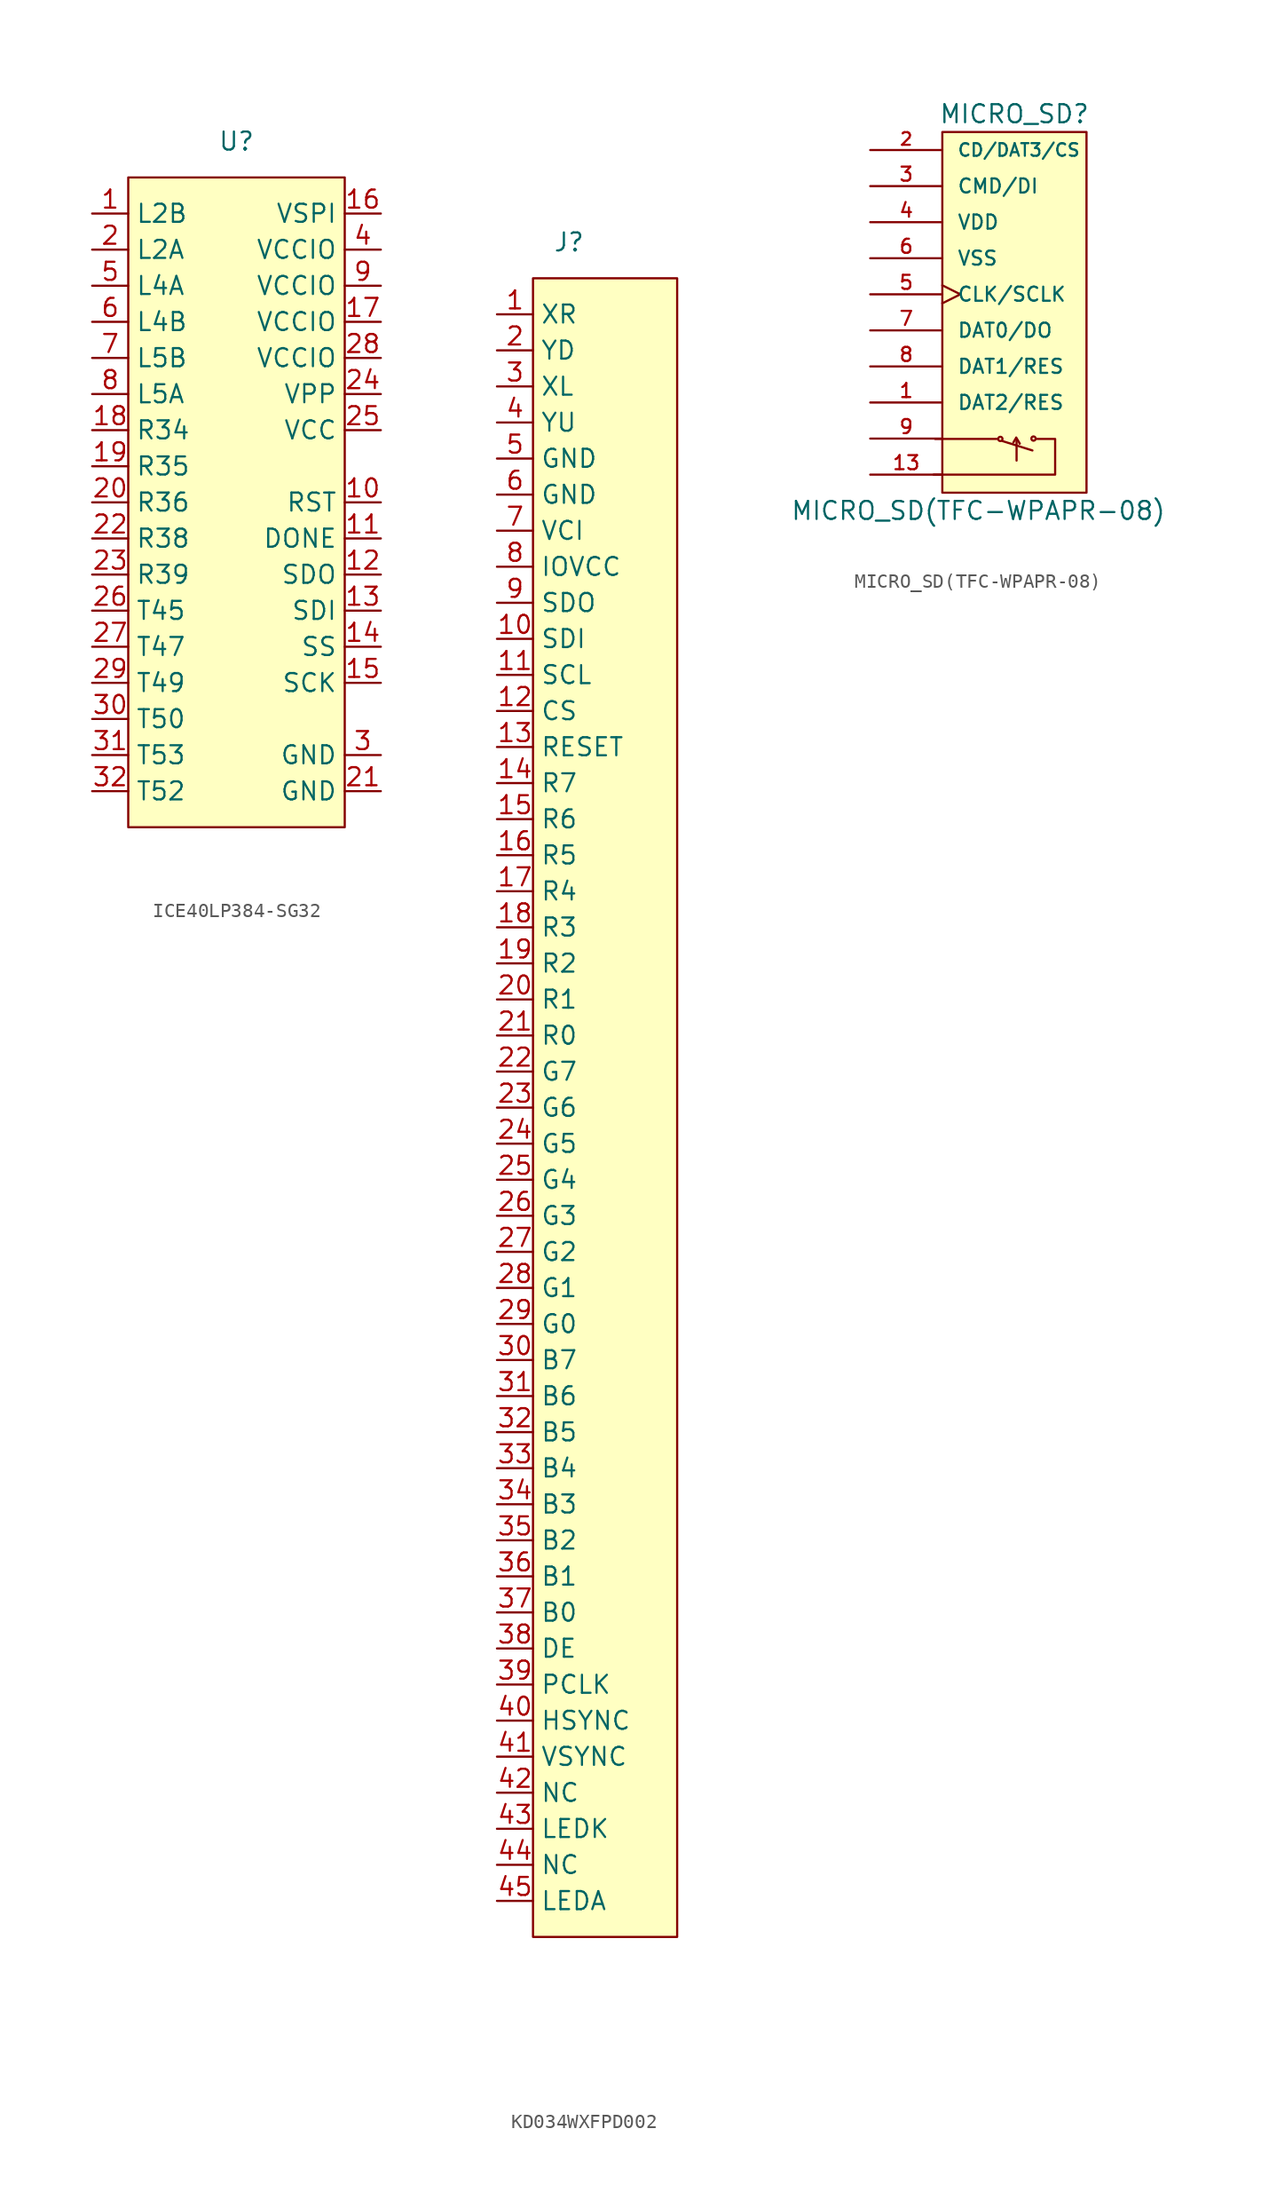
<source format=kicad_sym>
(kicad_symbol_lib
  (version 20231120)
  (generator "kicad_symbol_editor")
  (generator_version "8.0")
  (symbol "ICE40LP384-SG32"
    (property "Reference" "U"
      (at 0 0 0)
      (effects (font (size 1.27 1.27))))
    (property "Value" ""
      (at 0 0 0)
      (effects (font (size 1.27 1.27))))
    (symbol "ICE40LP384-SG32_1_1"
      (rectangle (start -7.62 -2.54) (end 7.62 -48.26) (stroke (width 0) (type default)) (fill (type background)))
      (pin input line (at -10.16 -5.08 0) (length 2.54) (name "L2B" (effects (font (size 1.27 1.27)))) (number "1" (effects (font (size 1.27 1.27)))))
      (pin input line (at 10.16 -25.4 180) (length 2.54) (name "RST" (effects (font (size 1.27 1.27)))) (number "10" (effects (font (size 1.27 1.27)))))
      (pin input line (at 10.16 -27.94 180) (length 2.54) (name "DONE" (effects (font (size 1.27 1.27)))) (number "11" (effects (font (size 1.27 1.27)))))
      (pin input line (at 10.16 -30.48 180) (length 2.54) (name "SDO" (effects (font (size 1.27 1.27)))) (number "12" (effects (font (size 1.27 1.27)))))
      (pin input line (at 10.16 -33.02 180) (length 2.54) (name "SDI" (effects (font (size 1.27 1.27)))) (number "13" (effects (font (size 1.27 1.27)))))
      (pin input line (at 10.16 -35.56 180) (length 2.54) (name "SS" (effects (font (size 1.27 1.27)))) (number "14" (effects (font (size 1.27 1.27)))))
      (pin input line (at 10.16 -38.1 180) (length 2.54) (name "SCK" (effects (font (size 1.27 1.27)))) (number "15" (effects (font (size 1.27 1.27)))))
      (pin input line (at 10.16 -5.08 180) (length 2.54) (name "VSPI" (effects (font (size 1.27 1.27)))) (number "16" (effects (font (size 1.27 1.27)))))
      (pin input line (at 10.16 -12.7 180) (length 2.54) (name "VCCIO" (effects (font (size 1.27 1.27)))) (number "17" (effects (font (size 1.27 1.27)))))
      (pin input line (at -10.16 -20.32 0) (length 2.54) (name "R34" (effects (font (size 1.27 1.27)))) (number "18" (effects (font (size 1.27 1.27)))))
      (pin input line (at -10.16 -22.86 0) (length 2.54) (name "R35" (effects (font (size 1.27 1.27)))) (number "19" (effects (font (size 1.27 1.27)))))
      (pin input line (at -10.16 -7.62 0) (length 2.54) (name "L2A" (effects (font (size 1.27 1.27)))) (number "2" (effects (font (size 1.27 1.27)))))
      (pin input line (at -10.16 -25.4 0) (length 2.54) (name "R36" (effects (font (size 1.27 1.27)))) (number "20" (effects (font (size 1.27 1.27)))))
      (pin input line (at 10.16 -45.72 180) (length 2.54) (name "GND" (effects (font (size 1.27 1.27)))) (number "21" (effects (font (size 1.27 1.27)))))
      (pin input line (at -10.16 -27.94 0) (length 2.54) (name "R38" (effects (font (size 1.27 1.27)))) (number "22" (effects (font (size 1.27 1.27)))))
      (pin input line (at -10.16 -30.48 0) (length 2.54) (name "R39" (effects (font (size 1.27 1.27)))) (number "23" (effects (font (size 1.27 1.27)))))
      (pin input line (at 10.16 -17.78 180) (length 2.54) (name "VPP" (effects (font (size 1.27 1.27)))) (number "24" (effects (font (size 1.27 1.27)))))
      (pin input line (at 10.16 -20.32 180) (length 2.54) (name "VCC" (effects (font (size 1.27 1.27)))) (number "25" (effects (font (size 1.27 1.27)))))
      (pin input line (at -10.16 -33.02 0) (length 2.54) (name "T45" (effects (font (size 1.27 1.27)))) (number "26" (effects (font (size 1.27 1.27)))))
      (pin input line (at -10.16 -35.56 0) (length 2.54) (name "T47" (effects (font (size 1.27 1.27)))) (number "27" (effects (font (size 1.27 1.27)))))
      (pin input line (at 10.16 -15.24 180) (length 2.54) (name "VCCIO" (effects (font (size 1.27 1.27)))) (number "28" (effects (font (size 1.27 1.27)))))
      (pin input line (at -10.16 -38.1 0) (length 2.54) (name "T49" (effects (font (size 1.27 1.27)))) (number "29" (effects (font (size 1.27 1.27)))))
      (pin input line (at 10.16 -43.18 180) (length 2.54) (name "GND" (effects (font (size 1.27 1.27)))) (number "3" (effects (font (size 1.27 1.27)))))
      (pin input line (at -10.16 -40.64 0) (length 2.54) (name "T50" (effects (font (size 1.27 1.27)))) (number "30" (effects (font (size 1.27 1.27)))))
      (pin input line (at -10.16 -43.18 0) (length 2.54) (name "T53" (effects (font (size 1.27 1.27)))) (number "31" (effects (font (size 1.27 1.27)))))
      (pin input line (at -10.16 -45.72 0) (length 2.54) (name "T52" (effects (font (size 1.27 1.27)))) (number "32" (effects (font (size 1.27 1.27)))))
      (pin input line (at 10.16 -7.62 180) (length 2.54) (name "VCCIO" (effects (font (size 1.27 1.27)))) (number "4" (effects (font (size 1.27 1.27)))))
      (pin input line (at -10.16 -10.16 0) (length 2.54) (name "L4A" (effects (font (size 1.27 1.27)))) (number "5" (effects (font (size 1.27 1.27)))))
      (pin input line (at -10.16 -12.7 0) (length 2.54) (name "L4B" (effects (font (size 1.27 1.27)))) (number "6" (effects (font (size 1.27 1.27)))))
      (pin input line (at -10.16 -15.24 0) (length 2.54) (name "L5B" (effects (font (size 1.27 1.27)))) (number "7" (effects (font (size 1.27 1.27)))))
      (pin input line (at -10.16 -17.78 0) (length 2.54) (name "L5A" (effects (font (size 1.27 1.27)))) (number "8" (effects (font (size 1.27 1.27)))))
      (pin input line (at 10.16 -10.16 180) (length 2.54) (name "VCCIO" (effects (font (size 1.27 1.27)))) (number "9" (effects (font (size 1.27 1.27)))))))
  (symbol "KD034WXFPD002"
    (property "Reference" "J"
      (at 2.54 2.54 0)
      (effects (font (size 1.27 1.27))))
    (property "Value" ""
      (at 2.54 2.54 0)
      (effects (font (size 1.27 1.27))))
    (symbol "KD034WXFPD002_1_1"
      (rectangle (start 0 0) (end 10.16 -116.84) (stroke (width 0) (type default)) (fill (type background)))
      (pin input line (at -2.54 -2.54 0) (length 2.54) (name "XR" (effects (font (size 1.27 1.27)))) (number "1" (effects (font (size 1.27 1.27)))))
      (pin input line (at -2.54 -25.4 0) (length 2.54) (name "SDI" (effects (font (size 1.27 1.27)))) (number "10" (effects (font (size 1.27 1.27)))))
      (pin input line (at -2.54 -27.94 0) (length 2.54) (name "SCL" (effects (font (size 1.27 1.27)))) (number "11" (effects (font (size 1.27 1.27)))))
      (pin input line (at -2.54 -30.48 0) (length 2.54) (name "CS" (effects (font (size 1.27 1.27)))) (number "12" (effects (font (size 1.27 1.27)))))
      (pin input line (at -2.54 -33.02 0) (length 2.54) (name "RESET" (effects (font (size 1.27 1.27)))) (number "13" (effects (font (size 1.27 1.27)))))
      (pin input line (at -2.54 -35.56 0) (length 2.54) (name "R7" (effects (font (size 1.27 1.27)))) (number "14" (effects (font (size 1.27 1.27)))))
      (pin input line (at -2.54 -38.1 0) (length 2.54) (name "R6" (effects (font (size 1.27 1.27)))) (number "15" (effects (font (size 1.27 1.27)))))
      (pin input line (at -2.54 -40.64 0) (length 2.54) (name "R5" (effects (font (size 1.27 1.27)))) (number "16" (effects (font (size 1.27 1.27)))))
      (pin input line (at -2.54 -43.18 0) (length 2.54) (name "R4" (effects (font (size 1.27 1.27)))) (number "17" (effects (font (size 1.27 1.27)))))
      (pin input line (at -2.54 -45.72 0) (length 2.54) (name "R3" (effects (font (size 1.27 1.27)))) (number "18" (effects (font (size 1.27 1.27)))))
      (pin input line (at -2.54 -48.26 0) (length 2.54) (name "R2" (effects (font (size 1.27 1.27)))) (number "19" (effects (font (size 1.27 1.27)))))
      (pin input line (at -2.54 -5.08 0) (length 2.54) (name "YD" (effects (font (size 1.27 1.27)))) (number "2" (effects (font (size 1.27 1.27)))))
      (pin input line (at -2.54 -50.8 0) (length 2.54) (name "R1" (effects (font (size 1.27 1.27)))) (number "20" (effects (font (size 1.27 1.27)))))
      (pin input line (at -2.54 -53.34 0) (length 2.54) (name "R0" (effects (font (size 1.27 1.27)))) (number "21" (effects (font (size 1.27 1.27)))))
      (pin input line (at -2.54 -55.88 0) (length 2.54) (name "G7" (effects (font (size 1.27 1.27)))) (number "22" (effects (font (size 1.27 1.27)))))
      (pin input line (at -2.54 -58.42 0) (length 2.54) (name "G6" (effects (font (size 1.27 1.27)))) (number "23" (effects (font (size 1.27 1.27)))))
      (pin input line (at -2.54 -60.96 0) (length 2.54) (name "G5" (effects (font (size 1.27 1.27)))) (number "24" (effects (font (size 1.27 1.27)))))
      (pin input line (at -2.54 -63.5 0) (length 2.54) (name "G4" (effects (font (size 1.27 1.27)))) (number "25" (effects (font (size 1.27 1.27)))))
      (pin input line (at -2.54 -66.04 0) (length 2.54) (name "G3" (effects (font (size 1.27 1.27)))) (number "26" (effects (font (size 1.27 1.27)))))
      (pin input line (at -2.54 -68.58 0) (length 2.54) (name "G2" (effects (font (size 1.27 1.27)))) (number "27" (effects (font (size 1.27 1.27)))))
      (pin input line (at -2.54 -71.12 0) (length 2.54) (name "G1" (effects (font (size 1.27 1.27)))) (number "28" (effects (font (size 1.27 1.27)))))
      (pin input line (at -2.54 -73.66 0) (length 2.54) (name "G0" (effects (font (size 1.27 1.27)))) (number "29" (effects (font (size 1.27 1.27)))))
      (pin input line (at -2.54 -7.62 0) (length 2.54) (name "XL" (effects (font (size 1.27 1.27)))) (number "3" (effects (font (size 1.27 1.27)))))
      (pin input line (at -2.54 -76.2 0) (length 2.54) (name "B7" (effects (font (size 1.27 1.27)))) (number "30" (effects (font (size 1.27 1.27)))))
      (pin input line (at -2.54 -78.74 0) (length 2.54) (name "B6" (effects (font (size 1.27 1.27)))) (number "31" (effects (font (size 1.27 1.27)))))
      (pin input line (at -2.54 -81.28 0) (length 2.54) (name "B5" (effects (font (size 1.27 1.27)))) (number "32" (effects (font (size 1.27 1.27)))))
      (pin input line (at -2.54 -83.82 0) (length 2.54) (name "B4" (effects (font (size 1.27 1.27)))) (number "33" (effects (font (size 1.27 1.27)))))
      (pin input line (at -2.54 -86.36 0) (length 2.54) (name "B3" (effects (font (size 1.27 1.27)))) (number "34" (effects (font (size 1.27 1.27)))))
      (pin input line (at -2.54 -88.9 0) (length 2.54) (name "B2" (effects (font (size 1.27 1.27)))) (number "35" (effects (font (size 1.27 1.27)))))
      (pin input line (at -2.54 -91.44 0) (length 2.54) (name "B1" (effects (font (size 1.27 1.27)))) (number "36" (effects (font (size 1.27 1.27)))))
      (pin input line (at -2.54 -93.98 0) (length 2.54) (name "B0" (effects (font (size 1.27 1.27)))) (number "37" (effects (font (size 1.27 1.27)))))
      (pin input line (at -2.54 -96.52 0) (length 2.54) (name "DE" (effects (font (size 1.27 1.27)))) (number "38" (effects (font (size 1.27 1.27)))))
      (pin input line (at -2.54 -99.06 0) (length 2.54) (name "PCLK" (effects (font (size 1.27 1.27)))) (number "39" (effects (font (size 1.27 1.27)))))
      (pin input line (at -2.54 -10.16 0) (length 2.54) (name "YU" (effects (font (size 1.27 1.27)))) (number "4" (effects (font (size 1.27 1.27)))))
      (pin input line (at -2.54 -101.6 0) (length 2.54) (name "HSYNC" (effects (font (size 1.27 1.27)))) (number "40" (effects (font (size 1.27 1.27)))))
      (pin input line (at -2.54 -104.14 0) (length 2.54) (name "VSYNC" (effects (font (size 1.27 1.27)))) (number "41" (effects (font (size 1.27 1.27)))))
      (pin input line (at -2.54 -106.68 0) (length 2.54) (name "NC" (effects (font (size 1.27 1.27)))) (number "42" (effects (font (size 1.27 1.27)))))
      (pin input line (at -2.54 -109.22 0) (length 2.54) (name "LEDK" (effects (font (size 1.27 1.27)))) (number "43" (effects (font (size 1.27 1.27)))))
      (pin input line (at -2.54 -111.76 0) (length 2.54) (name "NC" (effects (font (size 1.27 1.27)))) (number "44" (effects (font (size 1.27 1.27)))))
      (pin input line (at -2.54 -114.3 0) (length 2.54) (name "LEDA" (effects (font (size 1.27 1.27)))) (number "45" (effects (font (size 1.27 1.27)))))
      (pin input line (at -2.54 -12.7 0) (length 2.54) (name "GND" (effects (font (size 1.27 1.27)))) (number "5" (effects (font (size 1.27 1.27)))))
      (pin input line (at -2.54 -15.24 0) (length 2.54) (name "GND" (effects (font (size 1.27 1.27)))) (number "6" (effects (font (size 1.27 1.27)))))
      (pin input line (at -2.54 -17.78 0) (length 2.54) (name "VCI" (effects (font (size 1.27 1.27)))) (number "7" (effects (font (size 1.27 1.27)))))
      (pin input line (at -2.54 -20.32 0) (length 2.54) (name "IOVCC" (effects (font (size 1.27 1.27)))) (number "8" (effects (font (size 1.27 1.27)))))
      (pin input line (at -2.54 -22.86 0) (length 2.54) (name "SDO" (effects (font (size 1.27 1.27)))) (number "9" (effects (font (size 1.27 1.27)))))))
  (symbol "MICRO_SD(TFC-WPAPR-08)"
    (pin_names
      (offset 1.016))
    (property "Reference" "MICRO_SD"
      (at 2.54 15.24 0)
      (effects (font (size 1.27 1.27))))
    (property "Value" "MICRO_SD(TFC-WPAPR-08)"
      (at 0 -12.7 0)
      (effects (font (size 1.27 1.27))))
    (property "Datasheet" ""
      (at 6.35 0 0)
      (effects (font (size 1.524 1.524))))
    (symbol "MICRO_SD(TFC-WPAPR-08)_0_0"
      (rectangle (start -2.54 13.97) (end 7.62 -11.43) (stroke (width 0) (type default)) (fill (type background)))
      (polyline (pts (xy 2.642 -7.595) (xy 2.464 -7.899)) (stroke (width 0) (type default)) (fill (type none)))
      (polyline (pts (xy 2.692 -7.696) (xy 2.692 -9.169)) (stroke (width 0) (type default)) (fill (type none)))
      (polyline (pts (xy 2.667 -7.544) (xy 2.921 -7.976) (xy 2.896 -7.976)) (stroke (width 0) (type default)) (fill (type none))))
    (symbol "MICRO_SD(TFC-WPAPR-08)_0_1"
      (polyline (pts (xy -3.048 -7.645) (xy 1.295 -7.645)) (stroke (width 0) (type default)) (fill (type none)))
      (polyline (pts (xy 1.702 -7.798) (xy 3.81 -8.458)) (stroke (width 0) (type default)) (fill (type none)))
      (polyline (pts (xy -3.15 -10.16) (xy 5.41 -10.16) (xy 5.41 -7.645) (xy 4.14 -7.645)) (stroke (width 0) (type default)) (fill (type none)))
      (circle (center 1.549 -7.645) (radius 0.152) (stroke (width 0) (type default)) (fill (type none)))
      (circle (center 3.886 -7.62) (radius 0.152) (stroke (width 0) (type default)) (fill (type none))))
    (symbol "MICRO_SD(TFC-WPAPR-08)_1_1"
      (pin bidirectional line (at -7.62 -5.08 0) (length 5.08) (name "DAT2/RES" (effects (font (size 0.991 0.991)))) (number "1" (effects (font (size 0.991 0.991)))))
      (pin passive line (at -7.62 -10.16 0) (length 5.08) hide (name "~" (effects (font (size 0.991 0.991)))) (number "10" (effects (font (size 0.991 0.991)))))
      (pin passive line (at -7.62 -10.16 0) (length 5.08) hide (name "~" (effects (font (size 0.991 0.991)))) (number "11" (effects (font (size 0.991 0.991)))))
      (pin passive line (at -7.62 -10.16 0) (length 5.08) hide (name "~" (effects (font (size 0.991 0.991)))) (number "12" (effects (font (size 0.991 0.991)))))
      (pin passive line (at -7.62 -10.16 0) (length 5.08) (name "~" (effects (font (size 0.991 0.991)))) (number "13" (effects (font (size 0.991 0.991)))))
      (pin bidirectional line (at -7.62 12.7 0) (length 5.08) (name "CD/DAT3/CS" (effects (font (size 0.889 0.889)))) (number "2" (effects (font (size 0.889 0.889)))))
      (pin input line (at -7.62 10.16 0) (length 5.08) (name "CMD/DI" (effects (font (size 0.991 0.991)))) (number "3" (effects (font (size 0.991 0.991)))))
      (pin power_in line (at -7.62 7.62 0) (length 5.08) (name "VDD" (effects (font (size 0.991 0.991)))) (number "4" (effects (font (size 0.991 0.991)))))
      (pin input clock (at -7.62 2.54 0) (length 5.08) (name "CLK/SCLK" (effects (font (size 0.991 0.991)))) (number "5" (effects (font (size 0.991 0.991)))))
      (pin power_in line (at -7.62 5.08 0) (length 5.08) (name "VSS" (effects (font (size 0.991 0.991)))) (number "6" (effects (font (size 0.991 0.991)))))
      (pin bidirectional line (at -7.62 0 0) (length 5.08) (name "DAT0/DO" (effects (font (size 0.991 0.991)))) (number "7" (effects (font (size 0.991 0.991)))))
      (pin bidirectional line (at -7.62 -2.54 0) (length 5.08) (name "DAT1/RES" (effects (font (size 0.991 0.991)))) (number "8" (effects (font (size 0.991 0.991)))))
      (pin passive line (at -7.62 -7.62 0) (length 5.08) (name "~" (effects (font (size 0.991 0.991)))) (number "9" (effects (font (size 0.991 0.991))))))))
</source>
